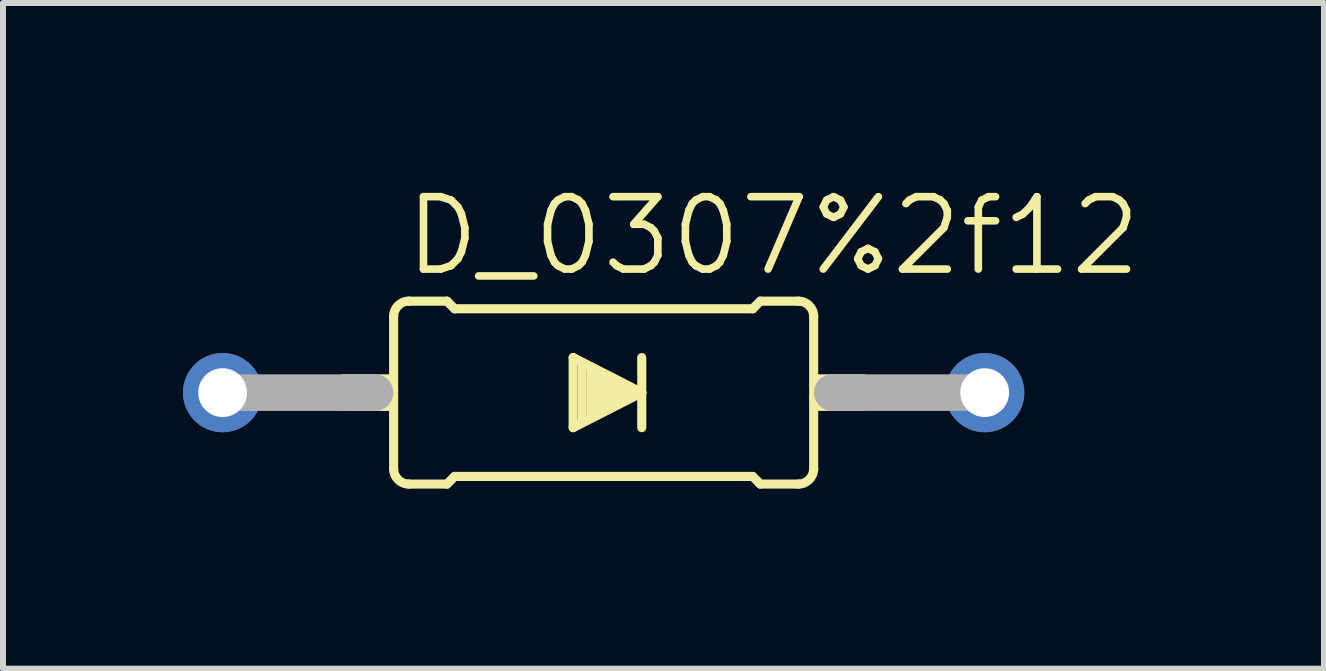
<source format=kicad_pcb>
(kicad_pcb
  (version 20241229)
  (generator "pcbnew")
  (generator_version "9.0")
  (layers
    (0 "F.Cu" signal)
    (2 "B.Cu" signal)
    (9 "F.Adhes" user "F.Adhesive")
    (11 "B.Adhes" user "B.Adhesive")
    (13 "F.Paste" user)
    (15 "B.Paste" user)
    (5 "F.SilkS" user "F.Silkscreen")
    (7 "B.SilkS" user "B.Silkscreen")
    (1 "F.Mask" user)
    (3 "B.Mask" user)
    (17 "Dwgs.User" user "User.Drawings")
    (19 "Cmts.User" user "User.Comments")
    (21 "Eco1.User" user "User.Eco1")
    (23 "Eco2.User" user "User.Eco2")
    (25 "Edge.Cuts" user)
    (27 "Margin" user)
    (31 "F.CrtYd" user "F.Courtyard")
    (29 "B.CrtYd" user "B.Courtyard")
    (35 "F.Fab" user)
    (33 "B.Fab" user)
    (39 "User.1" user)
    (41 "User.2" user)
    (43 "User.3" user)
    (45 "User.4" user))
  (footprint "D_0307%2f12"
    (layer "F.Cu")
    (at 7.01 3.493)
    (property "Reference" "D_0307%2f12" (at -3.373 -1.905 0) (layer "F.SilkS") (effects (font (size 1.206 1.206) (thickness 0.127)) (justify left bottom)))
    (attr through_hole)
    (fp_line (start -3.5 1.27) (end -3.5 -1.27) (stroke (width 0.152) (type solid)) (layer "F.SilkS"))
    (fp_line (start -3.246 -1.524) (end -2.611 -1.524) (stroke (width 0.152) (type solid)) (layer "F.SilkS"))
    (fp_line (start -3.246 1.524) (end -2.611 1.524) (stroke (width 0.152) (type solid)) (layer "F.SilkS"))
    (fp_line (start -2.484 -1.397) (end -2.611 -1.524) (stroke (width 0.152) (type solid)) (layer "F.SilkS"))
    (fp_line (start -2.484 1.397) (end -2.611 1.524) (stroke (width 0.152) (type solid)) (layer "F.SilkS"))
    (fp_line (start -0.508 -0.584) (end 0.635 0) (stroke (width 0.152) (type solid)) (layer "F.SilkS"))
    (fp_line (start -0.508 0.584) (end -0.508 -0.584) (stroke (width 0.152) (type solid)) (layer "F.SilkS"))
    (fp_line (start -0.356 0.483) (end -0.356 -0.483) (stroke (width 0.152) (type solid)) (layer "F.SilkS"))
    (fp_line (start -0.203 0.406) (end -0.203 -0.406) (stroke (width 0.152) (type solid)) (layer "F.SilkS"))
    (fp_line (start -0.127 0.356) (end -0.127 -0.356) (stroke (width 0.152) (type solid)) (layer "F.SilkS"))
    (fp_line (start -0.051 0.279) (end -0.051 -0.279) (stroke (width 0.152) (type solid)) (layer "F.SilkS"))
    (fp_line (start 0.025 0.279) (end 0.025 -0.279) (stroke (width 0.152) (type solid)) (layer "F.SilkS"))
    (fp_line (start 0.102 0.254) (end 0.102 -0.254) (stroke (width 0.152) (type solid)) (layer "F.SilkS"))
    (fp_line (start 0.178 0.127) (end 0.178 -0.127) (stroke (width 0.152) (type solid)) (layer "F.SilkS"))
    (fp_line (start 0.254 0.127) (end 0.254 -0.127) (stroke (width 0.152) (type solid)) (layer "F.SilkS"))
    (fp_line (start 0.33 0.127) (end 0.33 -0.127) (stroke (width 0.152) (type solid)) (layer "F.SilkS"))
    (fp_line (start 0.406 0.102) (end 0.406 -0.102) (stroke (width 0.152) (type solid)) (layer "F.SilkS"))
    (fp_line (start 0.635 0) (end -0.508 0.584) (stroke (width 0.152) (type solid)) (layer "F.SilkS"))
    (fp_line (start 0.635 0) (end 0.635 -0.584) (stroke (width 0.152) (type solid)) (layer "F.SilkS"))
    (fp_line (start 0.635 0.584) (end 0.635 0) (stroke (width 0.152) (type solid)) (layer "F.SilkS"))
    (fp_line (start 2.484 -1.397) (end -2.484 -1.397) (stroke (width 0.152) (type solid)) (layer "F.SilkS"))
    (fp_line (start 2.484 -1.397) (end 2.611 -1.524) (stroke (width 0.152) (type solid)) (layer "F.SilkS"))
    (fp_line (start 2.484 1.397) (end -2.484 1.397) (stroke (width 0.152) (type solid)) (layer "F.SilkS"))
    (fp_line (start 2.484 1.397) (end 2.611 1.524) (stroke (width 0.152) (type solid)) (layer "F.SilkS"))
    (fp_line (start 3.246 -1.524) (end 2.611 -1.524) (stroke (width 0.152) (type solid)) (layer "F.SilkS"))
    (fp_line (start 3.246 1.524) (end 2.611 1.524) (stroke (width 0.152) (type solid)) (layer "F.SilkS"))
    (fp_line (start 3.5 1.27) (end 3.5 -1.27) (stroke (width 0.152) (type solid)) (layer "F.SilkS"))
    (fp_arc (start -3.5 -1.27) (mid -3.425605 -1.449605) (end -3.246 -1.524) (stroke (width 0.1524) (type solid)) (layer "F.SilkS"))
    (fp_arc (start -3.246 1.524) (mid -3.425605 1.449605) (end -3.5 1.27) (stroke (width 0.1524) (type solid)) (layer "F.SilkS"))
    (fp_arc (start 3.246 -1.524) (mid 3.425605 -1.449605) (end 3.5 -1.27) (stroke (width 0.1524) (type solid)) (layer "F.SilkS"))
    (fp_arc (start 3.5 1.27) (mid 3.425605 1.449605) (end 3.246 1.524) (stroke (width 0.1524) (type solid)) (layer "F.SilkS"))
    (fp_poly (pts (xy -4.364 0.305) (xy -3.5 0.305) (xy -3.5 -0.305) (xy -4.364 -0.305)) (stroke (width 0) (type solid)) (fill yes) (layer "F.SilkS"))
    (fp_poly (pts (xy 3.5 0.305) (xy 4.364 0.305) (xy 4.364 -0.305) (xy 3.5 -0.305)) (stroke (width 0) (type solid)) (fill yes) (layer "F.SilkS"))
    (fp_line (start -6.35 0) (end -3.81 0) (stroke (width 0.61) (type solid)) (layer "F.Fab"))
    (fp_line (start 6.35 0) (end 3.81 0) (stroke (width 0.61) (type solid)) (layer "F.Fab"))
    (pad "1" thru_hole circle (at -6.35 0) (size 1.321 1.321) (drill 0.813) (layers "*.Cu" "*.Mask"))
    (pad "2" thru_hole circle (at 6.35 0) (size 1.321 1.321) (drill 0.813) (layers "*.Cu" "*.Mask")))
  (gr_rect
    (start -3 -3)
    (end 19.014 8.093)
    (stroke (width 0.1) (type default))
    (fill no)
    (layer "Edge.Cuts")))
</source>
